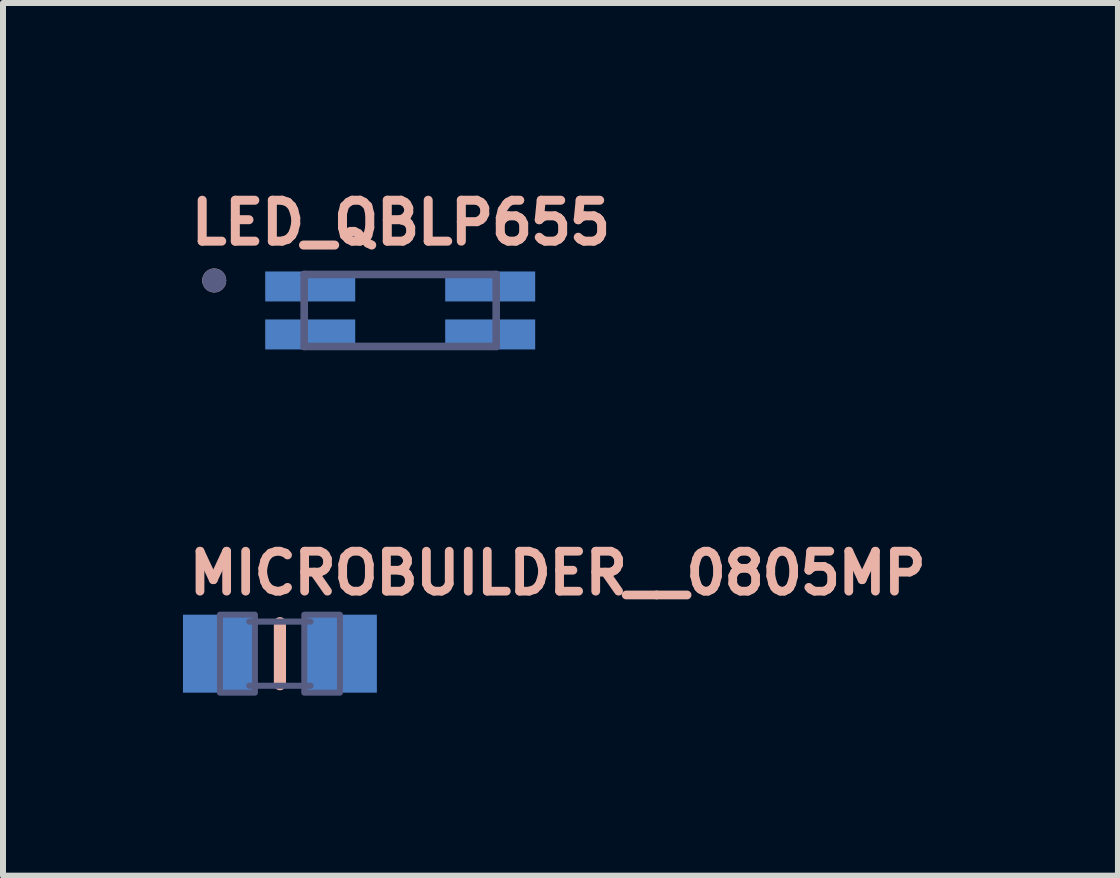
<source format=kicad_pcb>
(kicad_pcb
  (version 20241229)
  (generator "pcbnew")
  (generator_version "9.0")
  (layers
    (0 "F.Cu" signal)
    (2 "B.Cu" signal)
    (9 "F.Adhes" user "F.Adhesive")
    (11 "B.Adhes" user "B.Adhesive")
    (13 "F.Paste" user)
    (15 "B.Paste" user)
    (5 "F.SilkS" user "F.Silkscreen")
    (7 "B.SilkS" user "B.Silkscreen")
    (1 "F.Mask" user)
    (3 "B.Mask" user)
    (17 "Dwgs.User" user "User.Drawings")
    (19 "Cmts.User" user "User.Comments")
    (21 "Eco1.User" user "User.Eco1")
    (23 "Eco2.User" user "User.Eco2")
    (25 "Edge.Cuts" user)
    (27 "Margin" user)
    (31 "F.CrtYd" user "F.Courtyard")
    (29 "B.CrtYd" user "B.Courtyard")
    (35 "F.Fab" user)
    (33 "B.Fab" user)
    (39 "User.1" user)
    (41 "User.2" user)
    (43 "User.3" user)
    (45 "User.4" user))
  (footprint "LED_QBLP655"
    (layer "F.Cu")
    (at 3.621 2.125)
    (property "Reference" "LED_QBLP655" (at 0.012 -1.463 0) (layer "B.SilkS") (effects (font (size 0.682 0.682) (thickness 0.15))))
    (fp_circle (center -3.1 -0.5) (end -3 -0.5) (stroke (width 0.2) (type solid)) (fill no) (layer "B.SilkS"))
    (fp_line (start -1.6 -0.6) (end 1.6 -0.6) (stroke (width 0.127) (type solid)) (layer "B.Fab"))
    (fp_line (start -1.6 0.6) (end -1.6 -0.6) (stroke (width 0.127) (type solid)) (layer "B.Fab"))
    (fp_line (start 1.6 -0.6) (end 1.6 0.6) (stroke (width 0.127) (type solid)) (layer "B.Fab"))
    (fp_line (start 1.6 0.6) (end -1.6 0.6) (stroke (width 0.127) (type solid)) (layer "B.Fab"))
    (fp_circle (center -3.1 -0.5) (end -3 -0.5) (stroke (width 0.2) (type solid)) (fill no) (layer "B.Fab"))
    (pad "1" smd rect (at -1.5 -0.4) (size 1.5 0.5) (layers "B.Cu" "B.Mask" "B.Paste"))
    (pad "2" smd rect (at 1.5 -0.4) (size 1.5 0.5) (layers "B.Cu" "B.Mask" "B.Paste"))
    (pad "3" smd rect (at -1.5 0.4) (size 1.5 0.5) (layers "B.Cu" "B.Mask" "B.Paste"))
    (pad "4" smd rect (at 1.5 0.4) (size 1.5 0.5) (layers "B.Cu" "B.Mask" "B.Paste")))
  (footprint "MICROBUILDER__0805MP"
    (layer "F.Cu")
    (at 1.616 7.846)
    (property "Reference" "MICROBUILDER__0805MP" (at -1.587 -0.953 0) (layer "B.SilkS") (effects (font (size 0.666 0.666) (thickness 0.146)) (justify left bottom)))
    (fp_line (start 0 -0.508) (end 0 0.508) (stroke (width 0.203) (type solid)) (layer "B.SilkS"))
    (fp_line (start -0.51 -0.535) (end 0.51 -0.535) (stroke (width 0.102) (type solid)) (layer "B.Fab"))
    (fp_line (start -0.51 0.535) (end 0.51 0.535) (stroke (width 0.102) (type solid)) (layer "B.Fab"))
    (fp_poly (pts (xy -1 0.65) (xy -0.417 0.65) (xy -0.417 -0.65) (xy -1 -0.65)) (stroke (width 0.1) (type solid)) (fill no) (layer "B.Fab"))
    (fp_poly (pts (xy 0.406 0.65) (xy 1 0.65) (xy 1 -0.65) (xy 0.406 -0.65)) (stroke (width 0.1) (type solid)) (fill no) (layer "B.Fab"))
    (pad "1" smd rect (at -1.016 0) (size 1.2 1.3) (layers "B.Cu" "B.Mask" "B.Paste"))
    (pad "2" smd rect (at 1.016 0) (size 1.2 1.3) (layers "B.Cu" "B.Mask" "B.Paste")))
  (gr_rect
    (start -3 -3)
    (end 15.585 11.546)
    (stroke (width 0.1) (type default))
    (fill no)
    (layer "Edge.Cuts")))
</source>
